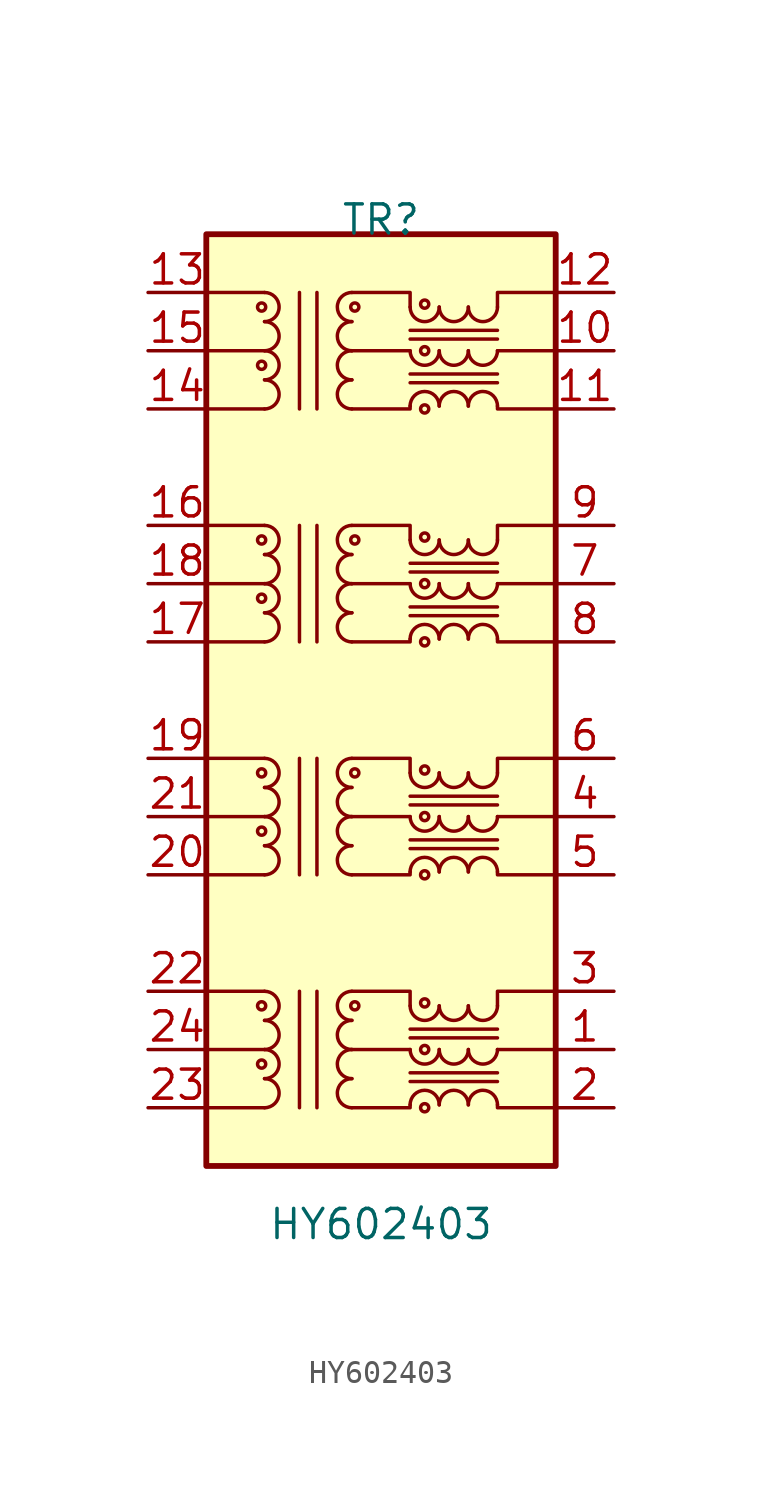
<source format=kicad_sym>
(kicad_symbol_lib
  (version 20220914)
  (generator kicad_symbol_editor)
  (symbol "HY602403"
    (pin_names hide)
    (property "Reference" "TR"
      (at 0 10.795 0)
      (effects (font (size 1.27 1.27))))
    (property "Value" "HY602403"
      (at 0 -33.02 0)
      (effects (font (size 1.27 1.27))))
    (symbol "HY602403_0_1"
      (rectangle (start -7.62 10.16) (end 7.62 -30.48) (stroke (width 0.254) (type default)) (fill (type background)))
      (circle (center -5.207 6.985) (radius 0.178) (stroke (width 0) (type default)) (fill (type none)))
      (arc (start -5.08 6.35) (mid -4.4477 6.985) (end -5.08 7.62) (stroke (width 0) (type default)) (fill (type none)))
      (polyline (pts (xy -5.08 2.54) (xy -7.62 2.54)) (stroke (width 0) (type default)) (fill (type none)))
      (polyline (pts (xy -5.08 5.08) (xy -7.62 5.08)) (stroke (width 0) (type default)) (fill (type none)))
      (polyline (pts (xy -5.08 7.62) (xy -7.62 7.62)) (stroke (width 0) (type default)) (fill (type none)))
      (polyline (pts (xy -3.556 2.54) (xy -3.556 7.62)) (stroke (width 0) (type default)) (fill (type none)))
      (polyline (pts (xy -2.794 7.62) (xy -2.794 2.54)) (stroke (width 0) (type default)) (fill (type none)))
      (polyline (pts (xy -1.27 5.08) (xy 1.27 5.08)) (stroke (width 0) (type default)) (fill (type none)))
      (polyline (pts (xy 5.08 5.08) (xy 7.62 5.08)) (stroke (width 0) (type default)) (fill (type none)))
      (polyline (pts (xy -1.27 2.54) (xy 1.27 2.54) (xy 1.27 2.667)) (stroke (width 0) (type default)) (fill (type none)))
      (polyline (pts (xy 1.27 6.985) (xy 1.27 7.62) (xy -1.27 7.62)) (stroke (width 0) (type default)) (fill (type none)))
      (polyline (pts (xy 5.08 2.667) (xy 5.08 2.54) (xy 7.62 2.54)) (stroke (width 0) (type default)) (fill (type none)))
      (polyline (pts (xy 5.08 6.985) (xy 5.08 7.62) (xy 7.62 7.62)) (stroke (width 0) (type default)) (fill (type none))))
    (symbol "HY602403_1_1"
      (circle (center -5.207 -26.035) (radius 0.178) (stroke (width 0) (type default)) (fill (type none)))
      (circle (center -5.207 -23.495) (radius 0.178) (stroke (width 0) (type default)) (fill (type none)))
      (circle (center -5.207 -15.875) (radius 0.178) (stroke (width 0) (type default)) (fill (type none)))
      (circle (center -5.207 -13.335) (radius 0.178) (stroke (width 0) (type default)) (fill (type none)))
      (circle (center -5.207 -5.715) (radius 0.178) (stroke (width 0) (type default)) (fill (type none)))
      (circle (center -5.207 -3.175) (radius 0.178) (stroke (width 0) (type default)) (fill (type none)))
      (circle (center -5.207 4.445) (radius 0.178) (stroke (width 0) (type default)) (fill (type none)))
      (arc (start -5.08 -27.94) (mid -4.4477 -27.305) (end -5.08 -26.67) (stroke (width 0) (type default)) (fill (type none)))
      (arc (start -5.08 -26.67) (mid -4.4477 -26.035) (end -5.08 -25.4) (stroke (width 0) (type default)) (fill (type none)))
      (arc (start -5.08 -25.4) (mid -4.4477 -24.765) (end -5.08 -24.13) (stroke (width 0) (type default)) (fill (type none)))
      (arc (start -5.08 -24.13) (mid -4.4477 -23.495) (end -5.08 -22.86) (stroke (width 0) (type default)) (fill (type none)))
      (arc (start -5.08 -17.78) (mid -4.4477 -17.145) (end -5.08 -16.51) (stroke (width 0) (type default)) (fill (type none)))
      (arc (start -5.08 -16.51) (mid -4.4477 -15.875) (end -5.08 -15.24) (stroke (width 0) (type default)) (fill (type none)))
      (arc (start -5.08 -15.24) (mid -4.4477 -14.605) (end -5.08 -13.97) (stroke (width 0) (type default)) (fill (type none)))
      (arc (start -5.08 -13.97) (mid -4.4477 -13.335) (end -5.08 -12.7) (stroke (width 0) (type default)) (fill (type none)))
      (arc (start -5.08 -7.62) (mid -4.4477 -6.985) (end -5.08 -6.35) (stroke (width 0) (type default)) (fill (type none)))
      (arc (start -5.08 -6.35) (mid -4.4477 -5.715) (end -5.08 -5.08) (stroke (width 0) (type default)) (fill (type none)))
      (arc (start -5.08 -5.08) (mid -4.4477 -4.445) (end -5.08 -3.81) (stroke (width 0) (type default)) (fill (type none)))
      (arc (start -5.08 -3.81) (mid -4.4477 -3.175) (end -5.08 -2.54) (stroke (width 0) (type default)) (fill (type none)))
      (arc (start -5.08 2.54) (mid -4.4477 3.175) (end -5.08 3.81) (stroke (width 0) (type default)) (fill (type none)))
      (arc (start -5.08 3.81) (mid -4.4477 4.445) (end -5.08 5.08) (stroke (width 0) (type default)) (fill (type none)))
      (arc (start -5.08 5.08) (mid -4.4477 5.715) (end -5.08 6.35) (stroke (width 0) (type default)) (fill (type none)))
      (arc (start -1.27 -26.67) (mid -1.9023 -27.305) (end -1.27 -27.94) (stroke (width 0) (type default)) (fill (type none)))
      (arc (start -1.27 -25.4) (mid -1.9023 -26.035) (end -1.27 -26.67) (stroke (width 0) (type default)) (fill (type none)))
      (arc (start -1.27 -24.13) (mid -1.9023 -24.765) (end -1.27 -25.4) (stroke (width 0) (type default)) (fill (type none)))
      (arc (start -1.27 -22.86) (mid -1.9023 -23.495) (end -1.27 -24.13) (stroke (width 0) (type default)) (fill (type none)))
      (arc (start -1.27 -16.51) (mid -1.9023 -17.145) (end -1.27 -17.78) (stroke (width 0) (type default)) (fill (type none)))
      (arc (start -1.27 -15.24) (mid -1.9023 -15.875) (end -1.27 -16.51) (stroke (width 0) (type default)) (fill (type none)))
      (arc (start -1.27 -13.97) (mid -1.9023 -14.605) (end -1.27 -15.24) (stroke (width 0) (type default)) (fill (type none)))
      (arc (start -1.27 -12.7) (mid -1.9023 -13.335) (end -1.27 -13.97) (stroke (width 0) (type default)) (fill (type none)))
      (arc (start -1.27 -6.35) (mid -1.9023 -6.985) (end -1.27 -7.62) (stroke (width 0) (type default)) (fill (type none)))
      (arc (start -1.27 -5.08) (mid -1.9023 -5.715) (end -1.27 -6.35) (stroke (width 0) (type default)) (fill (type none)))
      (arc (start -1.27 -3.81) (mid -1.9023 -4.445) (end -1.27 -5.08) (stroke (width 0) (type default)) (fill (type none)))
      (arc (start -1.27 -2.54) (mid -1.9023 -3.175) (end -1.27 -3.81) (stroke (width 0) (type default)) (fill (type none)))
      (arc (start -1.27 3.81) (mid -1.9023 3.175) (end -1.27 2.54) (stroke (width 0) (type default)) (fill (type none)))
      (arc (start -1.27 5.08) (mid -1.9023 4.445) (end -1.27 3.81) (stroke (width 0) (type default)) (fill (type none)))
      (arc (start -1.27 6.35) (mid -1.9023 5.715) (end -1.27 5.08) (stroke (width 0) (type default)) (fill (type none)))
      (arc (start -1.27 7.62) (mid -1.9023 6.985) (end -1.27 6.35) (stroke (width 0) (type default)) (fill (type none)))
      (circle (center -1.143 -23.495) (radius 0.178) (stroke (width 0) (type default)) (fill (type none)))
      (circle (center -1.143 -13.335) (radius 0.178) (stroke (width 0) (type default)) (fill (type none)))
      (circle (center -1.143 -3.175) (radius 0.178) (stroke (width 0) (type default)) (fill (type none)))
      (circle (center -1.143 6.985) (radius 0.178) (stroke (width 0) (type default)) (fill (type none)))
      (polyline (pts (xy -5.08 -27.94) (xy -7.62 -27.94)) (stroke (width 0) (type default)) (fill (type none)))
      (polyline (pts (xy -5.08 -25.4) (xy -7.62 -25.4)) (stroke (width 0) (type default)) (fill (type none)))
      (polyline (pts (xy -5.08 -22.86) (xy -7.62 -22.86)) (stroke (width 0) (type default)) (fill (type none)))
      (polyline (pts (xy -5.08 -17.78) (xy -7.62 -17.78)) (stroke (width 0) (type default)) (fill (type none)))
      (polyline (pts (xy -5.08 -15.24) (xy -7.62 -15.24)) (stroke (width 0) (type default)) (fill (type none)))
      (polyline (pts (xy -5.08 -12.7) (xy -7.62 -12.7)) (stroke (width 0) (type default)) (fill (type none)))
      (polyline (pts (xy -5.08 -7.62) (xy -7.62 -7.62)) (stroke (width 0) (type default)) (fill (type none)))
      (polyline (pts (xy -5.08 -5.08) (xy -7.62 -5.08)) (stroke (width 0) (type default)) (fill (type none)))
      (polyline (pts (xy -5.08 -2.54) (xy -7.62 -2.54)) (stroke (width 0) (type default)) (fill (type none)))
      (polyline (pts (xy -3.556 -27.94) (xy -3.556 -22.86)) (stroke (width 0) (type default)) (fill (type none)))
      (polyline (pts (xy -3.556 -17.78) (xy -3.556 -12.7)) (stroke (width 0) (type default)) (fill (type none)))
      (polyline (pts (xy -3.556 -7.62) (xy -3.556 -2.54)) (stroke (width 0) (type default)) (fill (type none)))
      (polyline (pts (xy -2.794 -22.86) (xy -2.794 -27.94)) (stroke (width 0) (type default)) (fill (type none)))
      (polyline (pts (xy -2.794 -12.7) (xy -2.794 -17.78)) (stroke (width 0) (type default)) (fill (type none)))
      (polyline (pts (xy -2.794 -2.54) (xy -2.794 -7.62)) (stroke (width 0) (type default)) (fill (type none)))
      (polyline (pts (xy -1.27 -25.4) (xy 1.27 -25.4)) (stroke (width 0) (type default)) (fill (type none)))
      (polyline (pts (xy -1.27 -15.24) (xy 1.27 -15.24)) (stroke (width 0) (type default)) (fill (type none)))
      (polyline (pts (xy -1.27 -5.08) (xy 1.27 -5.08)) (stroke (width 0) (type default)) (fill (type none)))
      (polyline (pts (xy 1.27 -26.797) (xy 5.08 -26.797)) (stroke (width 0) (type default)) (fill (type none)))
      (polyline (pts (xy 1.27 -26.416) (xy 5.08 -26.416)) (stroke (width 0) (type default)) (fill (type none)))
      (polyline (pts (xy 1.27 -24.892) (xy 5.08 -24.892)) (stroke (width 0) (type default)) (fill (type none)))
      (polyline (pts (xy 1.27 -24.511) (xy 5.08 -24.511)) (stroke (width 0) (type default)) (fill (type none)))
      (polyline (pts (xy 1.27 -16.637) (xy 5.08 -16.637)) (stroke (width 0) (type default)) (fill (type none)))
      (polyline (pts (xy 1.27 -16.256) (xy 5.08 -16.256)) (stroke (width 0) (type default)) (fill (type none)))
      (polyline (pts (xy 1.27 -14.732) (xy 5.08 -14.732)) (stroke (width 0) (type default)) (fill (type none)))
      (polyline (pts (xy 1.27 -14.351) (xy 5.08 -14.351)) (stroke (width 0) (type default)) (fill (type none)))
      (polyline (pts (xy 1.27 -6.477) (xy 5.08 -6.477)) (stroke (width 0) (type default)) (fill (type none)))
      (polyline (pts (xy 1.27 -6.096) (xy 5.08 -6.096)) (stroke (width 0) (type default)) (fill (type none)))
      (polyline (pts (xy 1.27 -4.572) (xy 5.08 -4.572)) (stroke (width 0) (type default)) (fill (type none)))
      (polyline (pts (xy 1.27 -4.191) (xy 5.08 -4.191)) (stroke (width 0) (type default)) (fill (type none)))
      (polyline (pts (xy 1.27 3.683) (xy 5.08 3.683)) (stroke (width 0) (type default)) (fill (type none)))
      (polyline (pts (xy 1.27 4.064) (xy 5.08 4.064)) (stroke (width 0) (type default)) (fill (type none)))
      (polyline (pts (xy 1.27 5.588) (xy 5.08 5.588)) (stroke (width 0) (type default)) (fill (type none)))
      (polyline (pts (xy 1.27 5.969) (xy 5.08 5.969)) (stroke (width 0) (type default)) (fill (type none)))
      (polyline (pts (xy 5.08 -25.4) (xy 7.62 -25.4)) (stroke (width 0) (type default)) (fill (type none)))
      (polyline (pts (xy 5.08 -15.24) (xy 7.62 -15.24)) (stroke (width 0) (type default)) (fill (type none)))
      (polyline (pts (xy 5.08 -5.08) (xy 7.62 -5.08)) (stroke (width 0) (type default)) (fill (type none)))
      (polyline (pts (xy -1.27 -27.94) (xy 1.27 -27.94) (xy 1.27 -27.813)) (stroke (width 0) (type default)) (fill (type none)))
      (polyline (pts (xy -1.27 -17.78) (xy 1.27 -17.78) (xy 1.27 -17.653)) (stroke (width 0) (type default)) (fill (type none)))
      (polyline (pts (xy -1.27 -7.62) (xy 1.27 -7.62) (xy 1.27 -7.493)) (stroke (width 0) (type default)) (fill (type none)))
      (polyline (pts (xy 1.27 -23.495) (xy 1.27 -22.86) (xy -1.27 -22.86)) (stroke (width 0) (type default)) (fill (type none)))
      (polyline (pts (xy 1.27 -13.335) (xy 1.27 -12.7) (xy -1.27 -12.7)) (stroke (width 0) (type default)) (fill (type none)))
      (polyline (pts (xy 1.27 -3.175) (xy 1.27 -2.54) (xy -1.27 -2.54)) (stroke (width 0) (type default)) (fill (type none)))
      (polyline (pts (xy 5.08 -27.813) (xy 5.08 -27.94) (xy 7.62 -27.94)) (stroke (width 0) (type default)) (fill (type none)))
      (polyline (pts (xy 5.08 -23.495) (xy 5.08 -22.86) (xy 7.62 -22.86)) (stroke (width 0) (type default)) (fill (type none)))
      (polyline (pts (xy 5.08 -17.653) (xy 5.08 -17.78) (xy 7.62 -17.78)) (stroke (width 0) (type default)) (fill (type none)))
      (polyline (pts (xy 5.08 -13.335) (xy 5.08 -12.7) (xy 7.62 -12.7)) (stroke (width 0) (type default)) (fill (type none)))
      (polyline (pts (xy 5.08 -7.493) (xy 5.08 -7.62) (xy 7.62 -7.62)) (stroke (width 0) (type default)) (fill (type none)))
      (polyline (pts (xy 5.08 -3.175) (xy 5.08 -2.54) (xy 7.62 -2.54)) (stroke (width 0) (type default)) (fill (type none)))
      (arc (start 1.27 -25.4) (mid 1.905 -26.0323) (end 2.54 -25.4) (stroke (width 0) (type default)) (fill (type none)))
      (arc (start 1.27 -23.495) (mid 1.905 -24.1273) (end 2.54 -23.495) (stroke (width 0) (type default)) (fill (type none)))
      (arc (start 1.27 -15.24) (mid 1.905 -15.8723) (end 2.54 -15.24) (stroke (width 0) (type default)) (fill (type none)))
      (arc (start 1.27 -13.335) (mid 1.905 -13.9673) (end 2.54 -13.335) (stroke (width 0) (type default)) (fill (type none)))
      (arc (start 1.27 -5.08) (mid 1.905 -5.7123) (end 2.54 -5.08) (stroke (width 0) (type default)) (fill (type none)))
      (arc (start 1.27 -3.175) (mid 1.905 -3.8073) (end 2.54 -3.175) (stroke (width 0) (type default)) (fill (type none)))
      (arc (start 1.27 5.08) (mid 1.905 4.4477) (end 2.54 5.08) (stroke (width 0) (type default)) (fill (type none)))
      (arc (start 1.27 6.985) (mid 1.905 6.3527) (end 2.54 6.985) (stroke (width 0) (type default)) (fill (type none)))
      (circle (center 1.905 -27.94) (radius 0.178) (stroke (width 0) (type default)) (fill (type none)))
      (circle (center 1.905 -25.4) (radius 0.178) (stroke (width 0) (type default)) (fill (type none)))
      (circle (center 1.905 -23.368) (radius 0.178) (stroke (width 0) (type default)) (fill (type none)))
      (circle (center 1.905 -17.78) (radius 0.178) (stroke (width 0) (type default)) (fill (type none)))
      (circle (center 1.905 -15.24) (radius 0.178) (stroke (width 0) (type default)) (fill (type none)))
      (circle (center 1.905 -13.208) (radius 0.178) (stroke (width 0) (type default)) (fill (type none)))
      (circle (center 1.905 -7.62) (radius 0.178) (stroke (width 0) (type default)) (fill (type none)))
      (circle (center 1.905 -5.08) (radius 0.178) (stroke (width 0) (type default)) (fill (type none)))
      (circle (center 1.905 -3.048) (radius 0.178) (stroke (width 0) (type default)) (fill (type none)))
      (circle (center 1.905 2.54) (radius 0.178) (stroke (width 0) (type default)) (fill (type none)))
      (circle (center 1.905 5.08) (radius 0.178) (stroke (width 0) (type default)) (fill (type none)))
      (circle (center 1.905 7.112) (radius 0.178) (stroke (width 0) (type default)) (fill (type none)))
      (arc (start 2.54 -27.813) (mid 1.905 -27.1807) (end 1.27 -27.813) (stroke (width 0) (type default)) (fill (type none)))
      (arc (start 2.54 -25.4) (mid 3.175 -26.0323) (end 3.81 -25.4) (stroke (width 0) (type default)) (fill (type none)))
      (arc (start 2.54 -23.495) (mid 3.175 -24.1273) (end 3.81 -23.495) (stroke (width 0) (type default)) (fill (type none)))
      (arc (start 2.54 -17.653) (mid 1.905 -17.0207) (end 1.27 -17.653) (stroke (width 0) (type default)) (fill (type none)))
      (arc (start 2.54 -15.24) (mid 3.175 -15.8723) (end 3.81 -15.24) (stroke (width 0) (type default)) (fill (type none)))
      (arc (start 2.54 -13.335) (mid 3.175 -13.9673) (end 3.81 -13.335) (stroke (width 0) (type default)) (fill (type none)))
      (arc (start 2.54 -7.493) (mid 1.905 -6.8607) (end 1.27 -7.493) (stroke (width 0) (type default)) (fill (type none)))
      (arc (start 2.54 -5.08) (mid 3.175 -5.7123) (end 3.81 -5.08) (stroke (width 0) (type default)) (fill (type none)))
      (arc (start 2.54 -3.175) (mid 3.175 -3.8073) (end 3.81 -3.175) (stroke (width 0) (type default)) (fill (type none)))
      (arc (start 2.54 2.667) (mid 1.905 3.2993) (end 1.27 2.667) (stroke (width 0) (type default)) (fill (type none)))
      (arc (start 2.54 5.08) (mid 3.175 4.4477) (end 3.81 5.08) (stroke (width 0) (type default)) (fill (type none)))
      (arc (start 2.54 6.985) (mid 3.175 6.3527) (end 3.81 6.985) (stroke (width 0) (type default)) (fill (type none)))
      (arc (start 3.81 -27.813) (mid 3.175 -27.1807) (end 2.54 -27.813) (stroke (width 0) (type default)) (fill (type none)))
      (arc (start 3.81 -25.4) (mid 4.445 -26.0323) (end 5.08 -25.4) (stroke (width 0) (type default)) (fill (type none)))
      (arc (start 3.81 -23.495) (mid 4.445 -24.1273) (end 5.08 -23.495) (stroke (width 0) (type default)) (fill (type none)))
      (arc (start 3.81 -17.653) (mid 3.175 -17.0207) (end 2.54 -17.653) (stroke (width 0) (type default)) (fill (type none)))
      (arc (start 3.81 -15.24) (mid 4.445 -15.8723) (end 5.08 -15.24) (stroke (width 0) (type default)) (fill (type none)))
      (arc (start 3.81 -13.335) (mid 4.445 -13.9673) (end 5.08 -13.335) (stroke (width 0) (type default)) (fill (type none)))
      (arc (start 3.81 -7.493) (mid 3.175 -6.8607) (end 2.54 -7.493) (stroke (width 0) (type default)) (fill (type none)))
      (arc (start 3.81 -5.08) (mid 4.445 -5.7123) (end 5.08 -5.08) (stroke (width 0) (type default)) (fill (type none)))
      (arc (start 3.81 -3.175) (mid 4.445 -3.8073) (end 5.08 -3.175) (stroke (width 0) (type default)) (fill (type none)))
      (arc (start 3.81 2.667) (mid 3.175 3.2993) (end 2.54 2.667) (stroke (width 0) (type default)) (fill (type none)))
      (arc (start 3.81 5.08) (mid 4.445 4.4477) (end 5.08 5.08) (stroke (width 0) (type default)) (fill (type none)))
      (arc (start 3.81 6.985) (mid 4.445 6.3527) (end 5.08 6.985) (stroke (width 0) (type default)) (fill (type none)))
      (arc (start 5.08 -27.813) (mid 4.445 -27.1807) (end 3.81 -27.813) (stroke (width 0) (type default)) (fill (type none)))
      (arc (start 5.08 -17.653) (mid 4.445 -17.0207) (end 3.81 -17.653) (stroke (width 0) (type default)) (fill (type none)))
      (arc (start 5.08 -7.493) (mid 4.445 -6.8607) (end 3.81 -7.493) (stroke (width 0) (type default)) (fill (type none)))
      (arc (start 5.08 2.667) (mid 4.445 3.2993) (end 3.81 2.667) (stroke (width 0) (type default)) (fill (type none)))
      (pin passive line (at 10.16 -25.4 180) (length 2.54) (name "TCT1" (effects (font (size 1.27 1.27)))) (number "1" (effects (font (size 1.27 1.27)))))
      (pin passive line (at 10.16 5.08 180) (length 2.54) (name "TCT4" (effects (font (size 1.27 1.27)))) (number "10" (effects (font (size 1.27 1.27)))))
      (pin passive line (at 10.16 2.54 180) (length 2.54) (name "TD4+" (effects (font (size 1.27 1.27)))) (number "11" (effects (font (size 1.27 1.27)))))
      (pin passive line (at 10.16 7.62 180) (length 2.54) (name "TD4-" (effects (font (size 1.27 1.27)))) (number "12" (effects (font (size 1.27 1.27)))))
      (pin passive line (at -10.16 7.62 0) (length 2.54) (name "MX4-" (effects (font (size 1.27 1.27)))) (number "13" (effects (font (size 1.27 1.27)))))
      (pin passive line (at -10.16 2.54 0) (length 2.54) (name "MX4+" (effects (font (size 1.27 1.27)))) (number "14" (effects (font (size 1.27 1.27)))))
      (pin passive line (at -10.16 5.08 0) (length 2.54) (name "MCT4" (effects (font (size 1.27 1.27)))) (number "15" (effects (font (size 1.27 1.27)))))
      (pin passive line (at -10.16 -2.54 0) (length 2.54) (name "MX3-" (effects (font (size 1.27 1.27)))) (number "16" (effects (font (size 1.27 1.27)))))
      (pin passive line (at -10.16 -7.62 0) (length 2.54) (name "MX3+" (effects (font (size 1.27 1.27)))) (number "17" (effects (font (size 1.27 1.27)))))
      (pin passive line (at -10.16 -5.08 0) (length 2.54) (name "MCT3" (effects (font (size 1.27 1.27)))) (number "18" (effects (font (size 1.27 1.27)))))
      (pin passive line (at -10.16 -12.7 0) (length 2.54) (name "MX2-" (effects (font (size 1.27 1.27)))) (number "19" (effects (font (size 1.27 1.27)))))
      (pin passive line (at 10.16 -27.94 180) (length 2.54) (name "TD1+" (effects (font (size 1.27 1.27)))) (number "2" (effects (font (size 1.27 1.27)))))
      (pin passive line (at -10.16 -17.78 0) (length 2.54) (name "MX2+" (effects (font (size 1.27 1.27)))) (number "20" (effects (font (size 1.27 1.27)))))
      (pin passive line (at -10.16 -15.24 0) (length 2.54) (name "MCT2" (effects (font (size 1.27 1.27)))) (number "21" (effects (font (size 1.27 1.27)))))
      (pin passive line (at -10.16 -22.86 0) (length 2.54) (name "MX1-" (effects (font (size 1.27 1.27)))) (number "22" (effects (font (size 1.27 1.27)))))
      (pin passive line (at -10.16 -27.94 0) (length 2.54) (name "MX1+" (effects (font (size 1.27 1.27)))) (number "23" (effects (font (size 1.27 1.27)))))
      (pin passive line (at -10.16 -25.4 0) (length 2.54) (name "MCT1" (effects (font (size 1.27 1.27)))) (number "24" (effects (font (size 1.27 1.27)))))
      (pin passive line (at 10.16 -22.86 180) (length 2.54) (name "TD1-" (effects (font (size 1.27 1.27)))) (number "3" (effects (font (size 1.27 1.27)))))
      (pin passive line (at 10.16 -15.24 180) (length 2.54) (name "TCT2" (effects (font (size 1.27 1.27)))) (number "4" (effects (font (size 1.27 1.27)))))
      (pin passive line (at 10.16 -17.78 180) (length 2.54) (name "TD2+" (effects (font (size 1.27 1.27)))) (number "5" (effects (font (size 1.27 1.27)))))
      (pin passive line (at 10.16 -12.7 180) (length 2.54) (name "TD2-" (effects (font (size 1.27 1.27)))) (number "6" (effects (font (size 1.27 1.27)))))
      (pin passive line (at 10.16 -5.08 180) (length 2.54) (name "TCT3" (effects (font (size 1.27 1.27)))) (number "7" (effects (font (size 1.27 1.27)))))
      (pin passive line (at 10.16 -7.62 180) (length 2.54) (name "TD3+" (effects (font (size 1.27 1.27)))) (number "8" (effects (font (size 1.27 1.27)))))
      (pin passive line (at 10.16 -2.54 180) (length 2.54) (name "TD3-" (effects (font (size 1.27 1.27)))) (number "9" (effects (font (size 1.27 1.27))))))))
</source>
